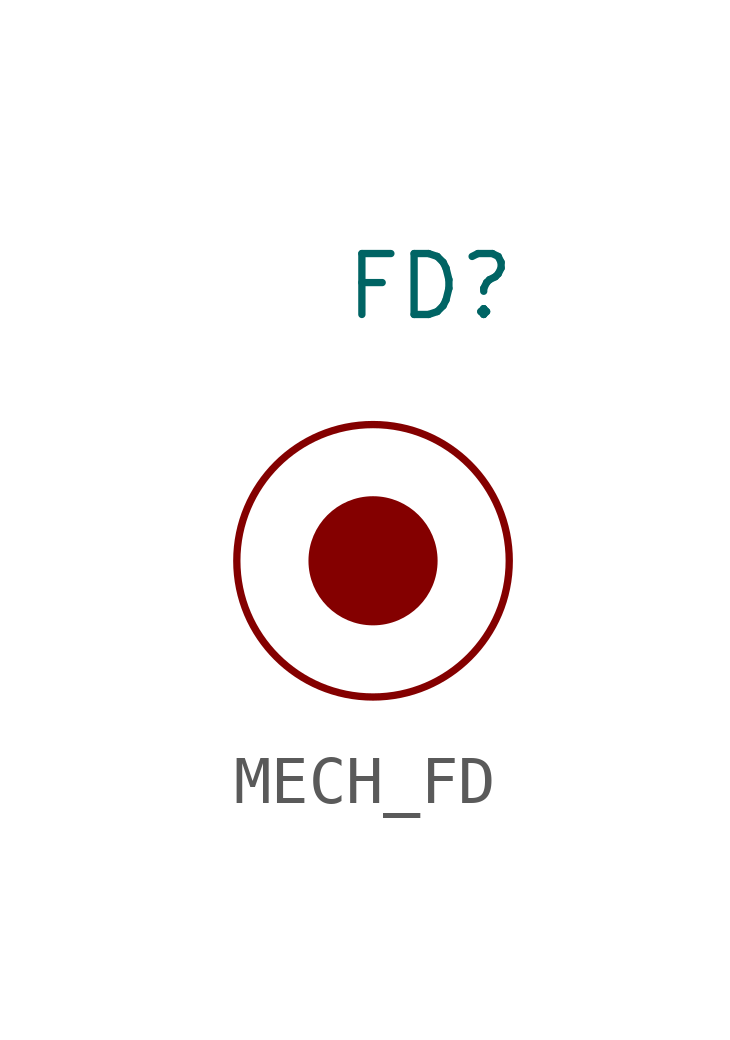
<source format=kicad_sym>
(kicad_symbol_lib
  (version 20220914)
  (generator kicad_symbol_editor)
  (symbol "MECH_FD"
    (property "Reference" "FD"
      (at 2.54 2.54 0)
      (effects (font (size 1.27 1.27)) (justify left)))
    (property "Value" ""
      (at 0 0 0)
      (effects (font (size 1.27 1.27)) (justify left)))
    (symbol "MECH_FD_0_1"
      (circle (center 3.175 -3.175) (radius 1.27) (stroke (width 0) (type default)) (fill (type outline)))
      (circle (center 3.175 -3.175) (radius 2.84) (stroke (width 0) (type default)) (fill (type none))))))
</source>
